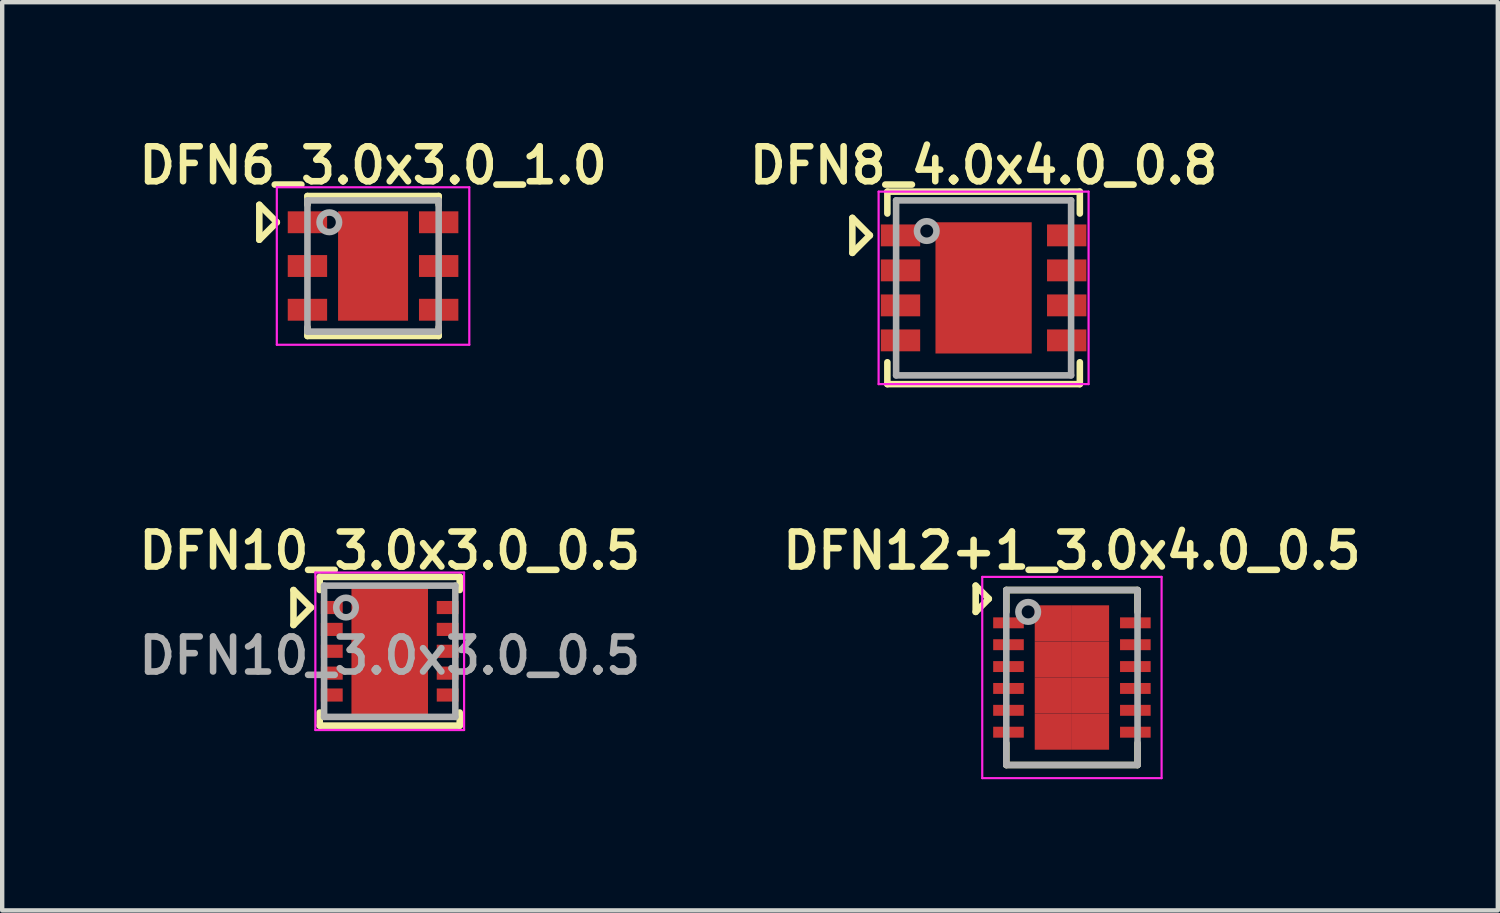
<source format=kicad_pcb>
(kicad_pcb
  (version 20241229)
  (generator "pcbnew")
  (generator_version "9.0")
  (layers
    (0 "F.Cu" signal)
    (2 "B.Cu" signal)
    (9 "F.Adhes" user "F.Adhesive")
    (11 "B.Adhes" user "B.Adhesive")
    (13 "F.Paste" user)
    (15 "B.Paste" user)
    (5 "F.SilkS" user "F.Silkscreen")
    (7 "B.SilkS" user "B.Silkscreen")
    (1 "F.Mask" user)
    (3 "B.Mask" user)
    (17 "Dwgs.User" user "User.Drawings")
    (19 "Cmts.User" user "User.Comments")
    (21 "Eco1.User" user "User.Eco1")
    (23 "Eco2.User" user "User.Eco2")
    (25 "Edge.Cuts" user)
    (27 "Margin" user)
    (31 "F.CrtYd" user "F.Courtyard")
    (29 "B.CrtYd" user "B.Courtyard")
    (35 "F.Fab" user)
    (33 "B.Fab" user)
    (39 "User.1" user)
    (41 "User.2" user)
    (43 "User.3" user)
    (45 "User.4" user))
  (footprint "DFN8_4.0x4.0_0.8"
    (layer "F.Cu")
    (at 19.435 3.531)
    (property "Reference" "DFN8_4.0x4.0_0.8" (at 0 -2.8 0) (layer "F.SilkS") (effects (font (size 0.8 0.8) (thickness 0.15))))
    (attr smd)
    (fp_line (start -3 -1.6) (end -3 -0.8) (stroke (width 0.15) (type solid)) (layer "F.SilkS"))
    (fp_line (start -3 -0.8) (end -2.6 -1.2) (stroke (width 0.15) (type solid)) (layer "F.SilkS"))
    (fp_line (start -2.6 -1.2) (end -3 -1.6) (stroke (width 0.15) (type solid)) (layer "F.SilkS"))
    (fp_line (start -2.2 -2.2) (end 2.2 -2.2) (stroke (width 0.15) (type solid)) (layer "F.SilkS"))
    (fp_line (start -2.2 -1.7) (end -2.2 -2.2) (stroke (width 0.15) (type solid)) (layer "F.SilkS"))
    (fp_line (start -2.2 2.2) (end -2.2 1.7) (stroke (width 0.15) (type solid)) (layer "F.SilkS"))
    (fp_line (start 2.2 -2.2) (end 2.2 -1.7) (stroke (width 0.15) (type solid)) (layer "F.SilkS"))
    (fp_line (start 2.2 1.7) (end 2.2 2.2) (stroke (width 0.15) (type solid)) (layer "F.SilkS"))
    (fp_line (start 2.2 2.2) (end -2.2 2.2) (stroke (width 0.15) (type solid)) (layer "F.SilkS"))
    (fp_line (start -2.4 -2.2) (end 2.4 -2.2) (stroke (width 0.05) (type solid)) (layer "F.CrtYd"))
    (fp_line (start -2.4 2.2) (end -2.4 -2.2) (stroke (width 0.05) (type solid)) (layer "F.CrtYd"))
    (fp_line (start 2.4 -2.2) (end 2.4 2.2) (stroke (width 0.05) (type solid)) (layer "F.CrtYd"))
    (fp_line (start 2.4 2.2) (end -2.4 2.2) (stroke (width 0.05) (type solid)) (layer "F.CrtYd"))
    (fp_line (start -2 -2) (end 2 -2) (stroke (width 0.15) (type solid)) (layer "F.Fab"))
    (fp_line (start -2 2) (end -2 -2) (stroke (width 0.15) (type solid)) (layer "F.Fab"))
    (fp_line (start 2 -2) (end 2 2) (stroke (width 0.15) (type solid)) (layer "F.Fab"))
    (fp_line (start 2 2) (end -2 2) (stroke (width 0.15) (type solid)) (layer "F.Fab"))
    (fp_circle (center -1.3 -1.3) (end -1.2 -1.1) (stroke (width 0.15) (type solid)) (fill no) (layer "F.Fab"))
    (pad "1" smd rect (at -1.9 -1.2) (size 0.9 0.5) (layers "F.Cu" "F.Mask" "F.Paste"))
    (pad "2" smd rect (at -1.9 -0.4) (size 0.9 0.5) (layers "F.Cu" "F.Mask" "F.Paste"))
    (pad "3" smd rect (at -1.9 0.4) (size 0.9 0.5) (layers "F.Cu" "F.Mask" "F.Paste"))
    (pad "4" smd rect (at -1.9 1.2) (size 0.9 0.5) (layers "F.Cu" "F.Mask" "F.Paste"))
    (pad "5" smd rect (at 1.9 1.2) (size 0.9 0.5) (layers "F.Cu" "F.Mask" "F.Paste"))
    (pad "6" smd rect (at 1.9 0.4) (size 0.9 0.5) (layers "F.Cu" "F.Mask" "F.Paste"))
    (pad "7" smd rect (at 1.9 -0.4) (size 0.9 0.5) (layers "F.Cu" "F.Mask" "F.Paste"))
    (pad "8" smd rect (at 1.9 -1.2) (size 0.9 0.5) (layers "F.Cu" "F.Mask" "F.Paste"))
    (pad "9" smd rect (at 0 0) (size 2.2 3) (layers "F.Cu" "F.Mask" "F.Paste")))
  (footprint "DFN10_3.0x3.0_0.5"
    (layer "F.Cu")
    (at 5.859 11.838)
    (property "Reference" "DFN10_3.0x3.0_0.5" (at 0 -2.3 0) (layer "F.SilkS") (effects (font (size 0.8 0.8) (thickness 0.15))))
    (attr smd)
    (fp_line (start -2.2 -1.4) (end -2.2 -0.6) (stroke (width 0.15) (type solid)) (layer "F.SilkS"))
    (fp_line (start -2.2 -0.6) (end -1.8 -1) (stroke (width 0.15) (type solid)) (layer "F.SilkS"))
    (fp_line (start -1.8 -1) (end -2.2 -1.4) (stroke (width 0.15) (type solid)) (layer "F.SilkS"))
    (fp_line (start -1.6 -1.7) (end 1.6 -1.7) (stroke (width 0.15) (type solid)) (layer "F.SilkS"))
    (fp_line (start -1.6 -1.4) (end -1.6 -1.7) (stroke (width 0.15) (type solid)) (layer "F.SilkS"))
    (fp_line (start -1.6 1.7) (end -1.6 1.4) (stroke (width 0.15) (type solid)) (layer "F.SilkS"))
    (fp_line (start 1.6 -1.7) (end 1.6 -1.4) (stroke (width 0.15) (type solid)) (layer "F.SilkS"))
    (fp_line (start 1.6 1.4) (end 1.6 1.7) (stroke (width 0.15) (type solid)) (layer "F.SilkS"))
    (fp_line (start 1.6 1.7) (end -1.6 1.7) (stroke (width 0.15) (type solid)) (layer "F.SilkS"))
    (fp_line (start -1.7 -1.8) (end 1.7 -1.8) (stroke (width 0.05) (type solid)) (layer "F.CrtYd"))
    (fp_line (start -1.7 1.8) (end -1.7 -1.8) (stroke (width 0.05) (type solid)) (layer "F.CrtYd"))
    (fp_line (start 1.7 -1.8) (end 1.7 1.8) (stroke (width 0.05) (type solid)) (layer "F.CrtYd"))
    (fp_line (start 1.7 1.8) (end -1.7 1.8) (stroke (width 0.05) (type solid)) (layer "F.CrtYd"))
    (fp_line (start -1.5 -1.5) (end 1.5 -1.5) (stroke (width 0.15) (type solid)) (layer "F.Fab"))
    (fp_line (start -1.5 1.5) (end -1.5 -1.5) (stroke (width 0.15) (type solid)) (layer "F.Fab"))
    (fp_line (start 1.5 -1.5) (end 1.5 1.5) (stroke (width 0.15) (type solid)) (layer "F.Fab"))
    (fp_line (start 1.5 1.5) (end -1.5 1.5) (stroke (width 0.15) (type solid)) (layer "F.Fab"))
    (fp_circle (center -1 -1) (end -0.9 -0.8) (stroke (width 0.15) (type solid)) (fill no) (layer "F.Fab"))
    (fp_text user "${REFERENCE}" (at 0 0.1 0) (layer "F.Fab") (effects (font (size 0.8 0.8) (thickness 0.15))))
    (pad "" smd rect (at -0.4 -0.7) (size 0.6 0.8) (layers "F.Cu" "F.Paste"))
    (pad "" smd rect (at -0.4 0.7) (size 0.6 0.8) (layers "F.Cu" "F.Paste"))
    (pad "" smd rect (at 0.4 -0.7) (size 0.6 0.8) (layers "F.Cu" "F.Paste"))
    (pad "" smd rect (at 0.4 0.7) (size 0.6 0.8) (layers "F.Cu" "F.Paste"))
    (pad "1" smd rect (at -1.325 -1) (size 0.5 0.3) (layers "F.Cu" "F.Mask" "F.Paste"))
    (pad "2" smd rect (at -1.325 -0.5) (size 0.5 0.3) (layers "F.Cu" "F.Mask" "F.Paste"))
    (pad "3" smd rect (at -1.325 0) (size 0.5 0.3) (layers "F.Cu" "F.Mask" "F.Paste"))
    (pad "4" smd rect (at -1.325 0.5) (size 0.5 0.3) (layers "F.Cu" "F.Mask" "F.Paste"))
    (pad "5" smd rect (at -1.325 1) (size 0.5 0.3) (layers "F.Cu" "F.Mask" "F.Paste"))
    (pad "6" smd rect (at 1.325 1) (size 0.5 0.3) (layers "F.Cu" "F.Mask" "F.Paste"))
    (pad "7" smd rect (at 1.325 0.5) (size 0.5 0.3) (layers "F.Cu" "F.Mask" "F.Paste"))
    (pad "8" smd rect (at 1.325 0) (size 0.5 0.3) (layers "F.Cu" "F.Mask" "F.Paste"))
    (pad "9" smd rect (at 1.325 -0.5) (size 0.5 0.3) (layers "F.Cu" "F.Mask" "F.Paste"))
    (pad "10" smd rect (at 1.325 -1) (size 0.5 0.3) (layers "F.Cu" "F.Mask" "F.Paste"))
    (pad "11" smd rect (at 0 0) (size 1.75 3.1) (layers "F.Cu" "F.Mask")))
  (footprint "DFN12+1_3.0x4.0_0.5"
    (layer "F.Cu")
    (at 21.454 12.438)
    (property "Reference" "DFN12+1_3.0x4.0_0.5" (at 0 -2.9 0) (layer "F.SilkS") (effects (font (size 0.8 0.8) (thickness 0.15))))
    (attr smd)
    (fp_line (start -2.2 -2.1) (end -2.2 -1.5) (stroke (width 0.15) (type solid)) (layer "F.SilkS"))
    (fp_line (start -2.2 -2.1) (end -1.9 -1.8) (stroke (width 0.15) (type solid)) (layer "F.SilkS"))
    (fp_line (start -1.9 -1.8) (end -2.2 -1.5) (stroke (width 0.15) (type solid)) (layer "F.SilkS"))
    (fp_line (start -1.5 -2) (end 1.5 -2) (stroke (width 0.15) (type solid)) (layer "F.SilkS"))
    (fp_line (start -1.5 -1.5) (end -1.5 -2) (stroke (width 0.15) (type solid)) (layer "F.SilkS"))
    (fp_line (start -1.5 1.5) (end -1.5 2) (stroke (width 0.15) (type solid)) (layer "F.SilkS"))
    (fp_line (start -1.5 2) (end 1.5 2) (stroke (width 0.15) (type solid)) (layer "F.SilkS"))
    (fp_line (start 1.5 -2) (end 1.5 -1.5) (stroke (width 0.15) (type solid)) (layer "F.SilkS"))
    (fp_line (start 1.5 2) (end 1.5 1.5) (stroke (width 0.15) (type solid)) (layer "F.SilkS"))
    (fp_line (start -2.05 -2.3) (end -2.05 2.3) (stroke (width 0.05) (type solid)) (layer "F.CrtYd"))
    (fp_line (start -2.05 -2.3) (end 2.05 -2.3) (stroke (width 0.05) (type solid)) (layer "F.CrtYd"))
    (fp_line (start -2.05 2.3) (end 2.05 2.3) (stroke (width 0.05) (type solid)) (layer "F.CrtYd"))
    (fp_line (start 2.05 -2.3) (end 2.05 2.3) (stroke (width 0.05) (type solid)) (layer "F.CrtYd"))
    (fp_line (start -1.5 -2) (end 1.5 -2) (stroke (width 0.15) (type solid)) (layer "F.Fab"))
    (fp_line (start -1.5 2) (end -1.5 -2) (stroke (width 0.15) (type solid)) (layer "F.Fab"))
    (fp_line (start 1.5 -2) (end 1.5 2) (stroke (width 0.15) (type solid)) (layer "F.Fab"))
    (fp_line (start 1.5 2) (end -1.5 2) (stroke (width 0.15) (type solid)) (layer "F.Fab"))
    (fp_circle (center -1 -1.5) (end -0.9 -1.3) (stroke (width 0.15) (type solid)) (fill no) (layer "F.Fab"))
    (pad "1" smd rect (at -1.45 -1.25) (size 0.7 0.25) (layers "F.Cu" "F.Mask" "F.Paste"))
    (pad "2" smd rect (at -1.45 -0.75) (size 0.7 0.25) (layers "F.Cu" "F.Mask" "F.Paste"))
    (pad "3" smd rect (at -1.45 -0.25) (size 0.7 0.25) (layers "F.Cu" "F.Mask" "F.Paste"))
    (pad "4" smd rect (at -1.45 0.25) (size 0.7 0.25) (layers "F.Cu" "F.Mask" "F.Paste"))
    (pad "5" smd rect (at -1.45 0.75) (size 0.7 0.25) (layers "F.Cu" "F.Mask" "F.Paste"))
    (pad "6" smd rect (at -1.45 1.25) (size 0.7 0.25) (layers "F.Cu" "F.Mask" "F.Paste"))
    (pad "7" smd rect (at 1.45 1.25) (size 0.7 0.25) (layers "F.Cu" "F.Mask" "F.Paste"))
    (pad "8" smd rect (at 1.45 0.75) (size 0.7 0.25) (layers "F.Cu" "F.Mask" "F.Paste"))
    (pad "9" smd rect (at 1.45 0.25) (size 0.7 0.25) (layers "F.Cu" "F.Mask" "F.Paste"))
    (pad "10" smd rect (at 1.45 -0.25) (size 0.7 0.25) (layers "F.Cu" "F.Mask" "F.Paste"))
    (pad "11" smd rect (at 1.45 -0.75) (size 0.7 0.25) (layers "F.Cu" "F.Mask" "F.Paste"))
    (pad "12" smd rect (at 1.45 -1.25) (size 0.7 0.25) (layers "F.Cu" "F.Mask" "F.Paste"))
    (pad "13" smd rect (at -0.425 -1.238) (size 0.85 0.825) (layers "F.Cu" "F.Mask" "F.Paste"))
    (pad "13" smd rect (at -0.425 -0.412) (size 0.85 0.825) (layers "F.Cu" "F.Mask" "F.Paste"))
    (pad "13" smd rect (at -0.425 0.412) (size 0.85 0.825) (layers "F.Cu" "F.Mask" "F.Paste"))
    (pad "13" smd rect (at -0.425 1.238) (size 0.85 0.825) (layers "F.Cu" "F.Mask" "F.Paste"))
    (pad "13" smd rect (at 0.425 -1.238) (size 0.85 0.825) (layers "F.Cu" "F.Mask" "F.Paste"))
    (pad "13" smd rect (at 0.425 -0.412) (size 0.85 0.825) (layers "F.Cu" "F.Mask" "F.Paste"))
    (pad "13" smd rect (at 0.425 0.412) (size 0.85 0.825) (layers "F.Cu" "F.Mask" "F.Paste"))
    (pad "13" smd rect (at 0.425 1.238) (size 0.85 0.825) (layers "F.Cu" "F.Mask" "F.Paste")))
  (footprint "DFN6_3.0x3.0_1.0"
    (layer "F.Cu")
    (at 5.478 3.031)
    (property "Reference" "DFN6_3.0x3.0_1.0" (at 0 -2.3 0) (layer "F.SilkS") (effects (font (size 0.8 0.8) (thickness 0.15))))
    (attr through_hole)
    (fp_line (start -2.6 -1.4) (end -2.6 -0.6) (stroke (width 0.15) (type solid)) (layer "F.SilkS"))
    (fp_line (start -2.6 -0.6) (end -2.2 -1) (stroke (width 0.15) (type solid)) (layer "F.SilkS"))
    (fp_line (start -2.2 -1) (end -2.6 -1.4) (stroke (width 0.15) (type solid)) (layer "F.SilkS"))
    (fp_line (start -1.5 -1.6) (end 1.5 -1.6) (stroke (width 0.15) (type solid)) (layer "F.SilkS"))
    (fp_line (start -1.5 -1.4) (end -1.5 -1.6) (stroke (width 0.15) (type solid)) (layer "F.SilkS"))
    (fp_line (start -1.5 1.6) (end -1.5 1.4) (stroke (width 0.15) (type solid)) (layer "F.SilkS"))
    (fp_line (start 1.5 -1.6) (end 1.5 -1.4) (stroke (width 0.15) (type solid)) (layer "F.SilkS"))
    (fp_line (start 1.5 1.4) (end 1.5 1.6) (stroke (width 0.15) (type solid)) (layer "F.SilkS"))
    (fp_line (start 1.5 1.6) (end -1.5 1.6) (stroke (width 0.15) (type solid)) (layer "F.SilkS"))
    (fp_line (start -2.2 -1.8) (end 2.2 -1.8) (stroke (width 0.05) (type solid)) (layer "F.CrtYd"))
    (fp_line (start -2.2 1.8) (end -2.2 -1.8) (stroke (width 0.05) (type solid)) (layer "F.CrtYd"))
    (fp_line (start 2.2 -1.8) (end 2.2 1.8) (stroke (width 0.05) (type solid)) (layer "F.CrtYd"))
    (fp_line (start 2.2 1.8) (end -2.2 1.8) (stroke (width 0.05) (type solid)) (layer "F.CrtYd"))
    (fp_line (start -1.5 -1.5) (end 1.5 -1.5) (stroke (width 0.15) (type solid)) (layer "F.Fab"))
    (fp_line (start -1.5 1.5) (end -1.5 -1.5) (stroke (width 0.15) (type solid)) (layer "F.Fab"))
    (fp_line (start 1.5 -1.5) (end 1.5 1.5) (stroke (width 0.15) (type solid)) (layer "F.Fab"))
    (fp_line (start 1.5 1.5) (end -1.5 1.5) (stroke (width 0.15) (type solid)) (layer "F.Fab"))
    (fp_circle (center -1 -1) (end -0.9 -0.8) (stroke (width 0.15) (type solid)) (fill no) (layer "F.Fab"))
    (pad "1" smd rect (at -1.5 -1) (size 0.9 0.5) (layers "F.Cu" "F.Mask" "F.Paste"))
    (pad "2" smd rect (at -1.5 0) (size 0.9 0.5) (layers "F.Cu" "F.Mask" "F.Paste"))
    (pad "3" smd rect (at -1.5 1) (size 0.9 0.5) (layers "F.Cu" "F.Mask" "F.Paste"))
    (pad "4" smd rect (at 1.5 1) (size 0.9 0.5) (layers "F.Cu" "F.Mask" "F.Paste"))
    (pad "5" smd rect (at 1.5 0) (size 0.9 0.5) (layers "F.Cu" "F.Mask" "F.Paste"))
    (pad "6" smd rect (at 1.5 -1) (size 0.9 0.5) (layers "F.Cu" "F.Mask" "F.Paste"))
    (pad "TP" smd rect (at 0 0) (size 1.6 2.5) (layers "F.Cu" "F.Mask" "F.Paste")))
  (gr_rect
    (start -3 -3)
    (end 31.19 17.762)
    (stroke (width 0.1) (type default))
    (fill no)
    (layer "Edge.Cuts")))
</source>
